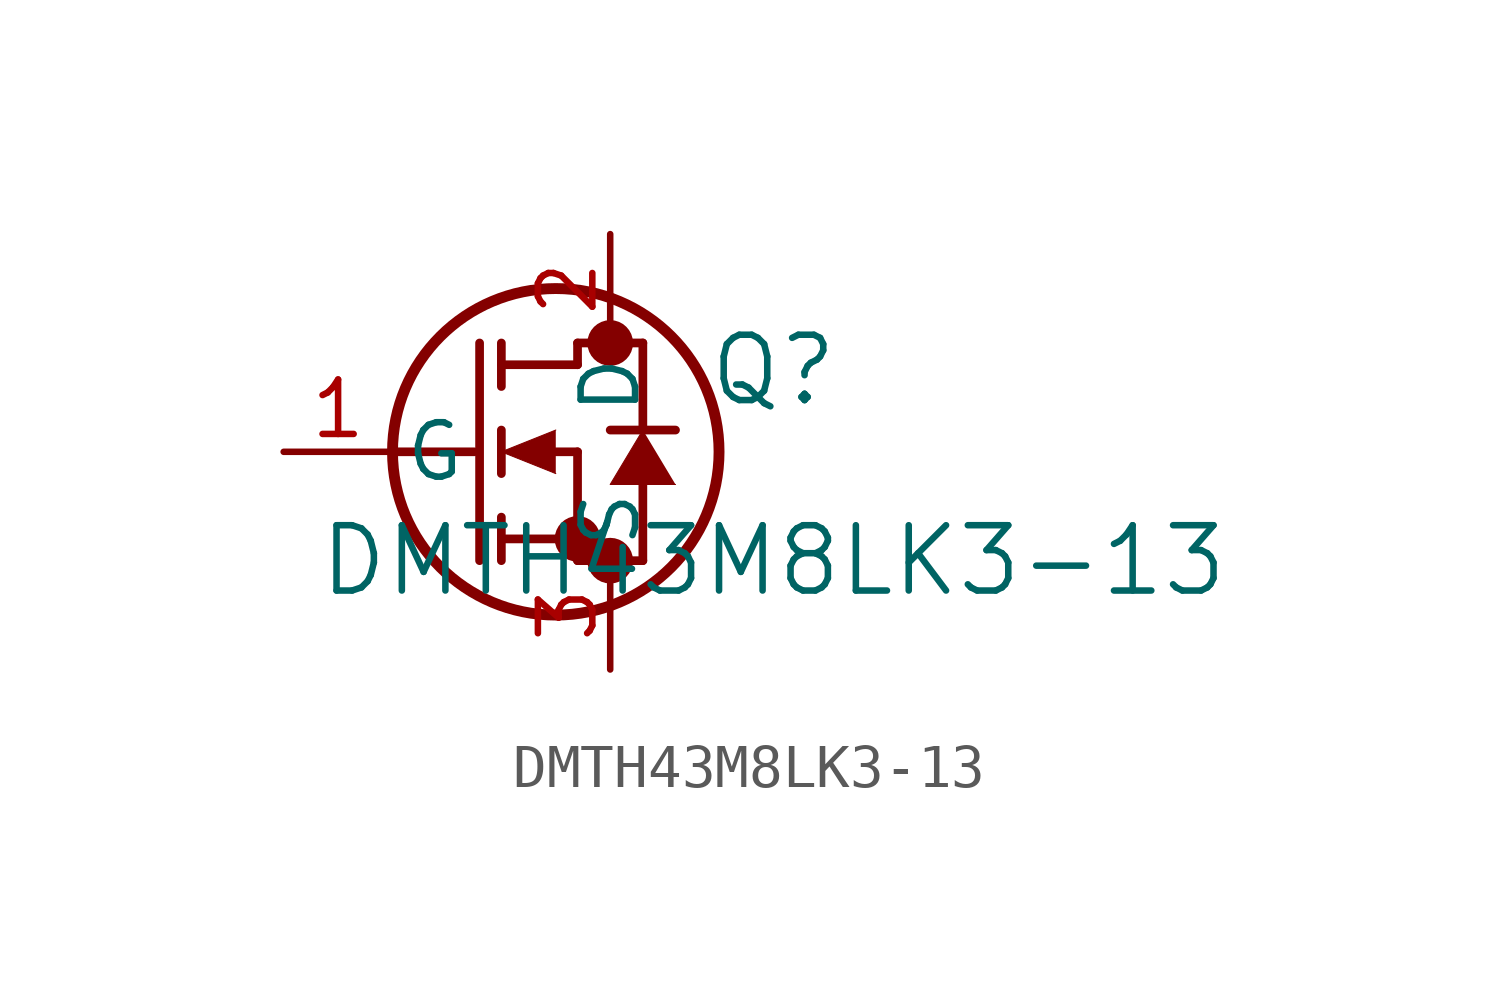
<source format=kicad_sym>
(kicad_symbol_lib
  (version 20211014)
  (generator kicad_symbol_editor)
  (symbol "DMTH43M8LK3-13"
    (pin_names
      (offset 0.254))
    (property "Reference" "Q"
      (at 11.43 1.905 0)
      (effects (font (size 1.524 1.524))))
    (property "Value" "DMTH43M8LK3-13"
      (at 11.43 -2.54 0)
      (effects (font (size 1.524 1.524))))
    (symbol "DMTH43M8LK3-13_0_1"
      (circle (center 7.62 2.54) (radius 0.025) (stroke (width 0.508) (type default) (color 0 0 0 0)) (fill (type none)))
      (circle (center 7.62 -2.54) (radius 0.025) (stroke (width 0.508) (type default) (color 0 0 0 0)) (fill (type none)))
      (circle (center 6.858 -2.032) (radius 0.025) (stroke (width 0.508) (type default) (color 0 0 0 0)) (fill (type none)))
      (circle (center 6.35 0) (radius 3.81) (stroke (width 0.254) (type default) (color 0 0 0 0)) (fill (type none)))
      (polyline (pts (xy 2.54 0) (xy 4.445 0)) (stroke (width 0.203) (type default) (color 0 0 0 0)) (fill (type none)))
      (polyline (pts (xy 4.572 -2.54) (xy 4.572 2.54)) (stroke (width 0.203) (type default) (color 0 0 0 0)) (fill (type none)))
      (polyline (pts (xy 5.08 -0.508) (xy 5.08 0.508)) (stroke (width 0.203) (type default) (color 0 0 0 0)) (fill (type none)))
      (polyline (pts (xy 5.08 -2.54) (xy 5.08 -1.524)) (stroke (width 0.203) (type default) (color 0 0 0 0)) (fill (type none)))
      (polyline (pts (xy 5.08 1.524) (xy 5.08 2.54)) (stroke (width 0.203) (type default) (color 0 0 0 0)) (fill (type none)))
      (polyline (pts (xy 6.35 0) (xy 6.858 0)) (stroke (width 0.203) (type default) (color 0 0 0 0)) (fill (type none)))
      (polyline (pts (xy 5.08 -2.032) (xy 6.858 -2.032)) (stroke (width 0.203) (type default) (color 0 0 0 0)) (fill (type none)))
      (polyline (pts (xy 6.858 -2.54) (xy 6.858 0)) (stroke (width 0.203) (type default) (color 0 0 0 0)) (fill (type none)))
      (polyline (pts (xy 6.858 -2.54) (xy 8.382 -2.54)) (stroke (width 0.203) (type default) (color 0 0 0 0)) (fill (type none)))
      (polyline (pts (xy 5.08 2.032) (xy 6.858 2.032)) (stroke (width 0.203) (type default) (color 0 0 0 0)) (fill (type none)))
      (polyline (pts (xy 8.382 0.508) (xy 8.382 2.54)) (stroke (width 0.203) (type default) (color 0 0 0 0)) (fill (type none)))
      (polyline (pts (xy 6.35 0.508) (xy 5.08 0) (xy 6.35 -0.508)) (stroke (width 0.025) (type default) (color 0 0 0 0)) (fill (type outline)))
      (polyline (pts (xy 9.144 -0.762) (xy 7.62 -0.762) (xy 8.382 0.508)) (stroke (width 0.025) (type default) (color 0 0 0 0)) (fill (type outline)))
      (polyline (pts (xy 8.382 -2.54) (xy 8.382 -0.762)) (stroke (width 0.203) (type default) (color 0 0 0 0)) (fill (type none)))
      (polyline (pts (xy 9.144 0.508) (xy 7.62 0.508)) (stroke (width 0.203) (type default) (color 0 0 0 0)) (fill (type none)))
      (polyline (pts (xy 6.858 2.54) (xy 8.382 2.54)) (stroke (width 0.203) (type default) (color 0 0 0 0)) (fill (type none)))
      (polyline (pts (xy 6.858 2.032) (xy 6.858 2.54)) (stroke (width 0.203) (type default) (color 0 0 0 0)) (fill (type none)))
      (pin unspecified line (at 0 0 0) (length 2.54) (name "G" (effects (font (size 1.27 1.27)))) (number "1" (effects (font (size 1.27 1.27)))))
      (pin unspecified line (at 7.62 5.08 270) (length 2.54) (name "D" (effects (font (size 1.27 1.27)))) (number "2" (effects (font (size 1.27 1.27)))))
      (pin unspecified line (at 7.62 -5.08 90) (length 2.54) (name "S" (effects (font (size 1.27 1.27)))) (number "3" (effects (font (size 1.27 1.27))))))))
</source>
